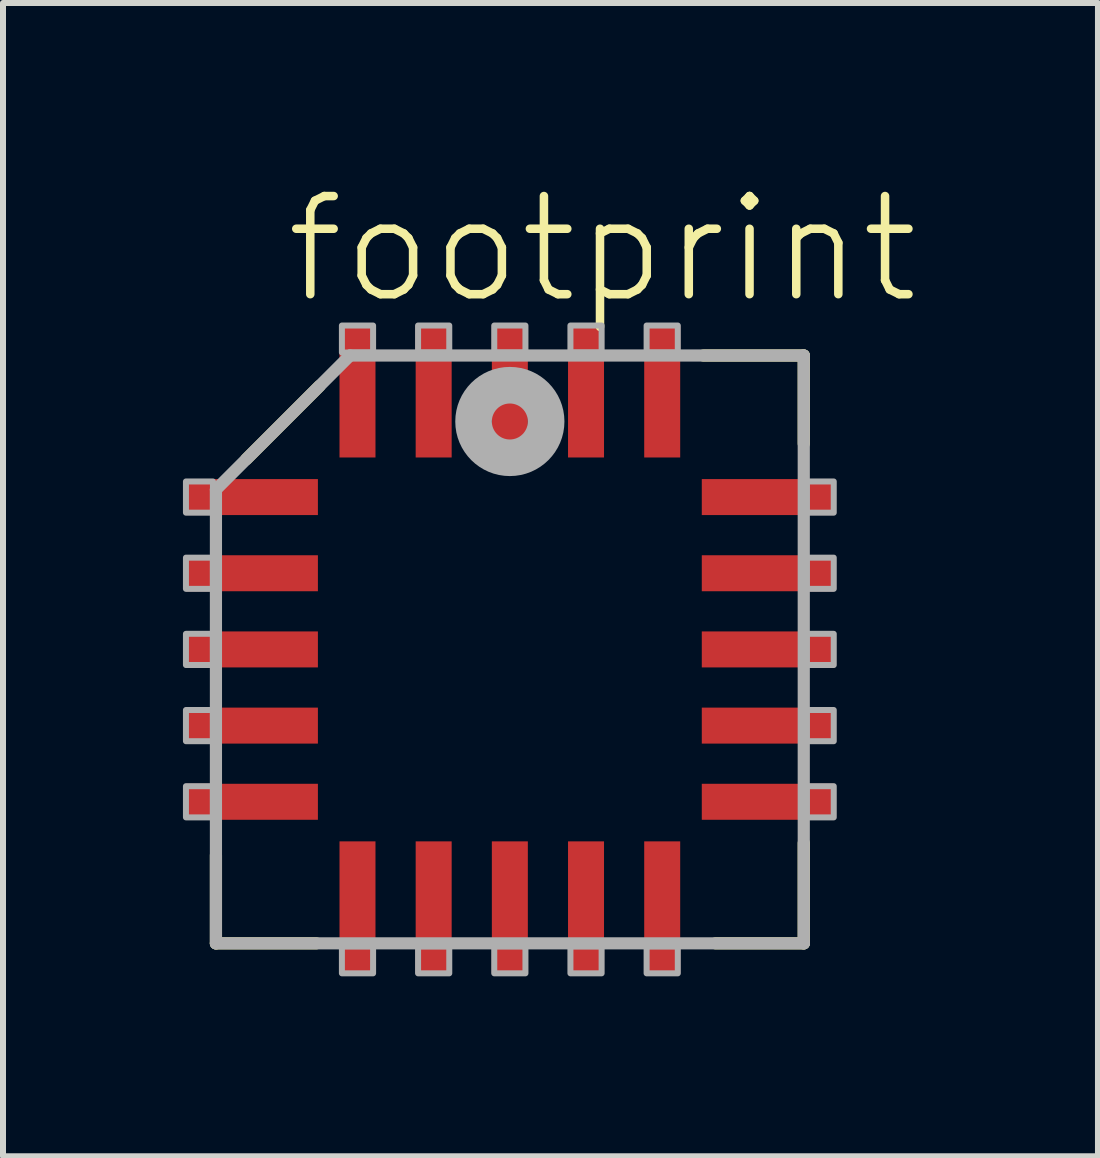
<source format=kicad_pcb>
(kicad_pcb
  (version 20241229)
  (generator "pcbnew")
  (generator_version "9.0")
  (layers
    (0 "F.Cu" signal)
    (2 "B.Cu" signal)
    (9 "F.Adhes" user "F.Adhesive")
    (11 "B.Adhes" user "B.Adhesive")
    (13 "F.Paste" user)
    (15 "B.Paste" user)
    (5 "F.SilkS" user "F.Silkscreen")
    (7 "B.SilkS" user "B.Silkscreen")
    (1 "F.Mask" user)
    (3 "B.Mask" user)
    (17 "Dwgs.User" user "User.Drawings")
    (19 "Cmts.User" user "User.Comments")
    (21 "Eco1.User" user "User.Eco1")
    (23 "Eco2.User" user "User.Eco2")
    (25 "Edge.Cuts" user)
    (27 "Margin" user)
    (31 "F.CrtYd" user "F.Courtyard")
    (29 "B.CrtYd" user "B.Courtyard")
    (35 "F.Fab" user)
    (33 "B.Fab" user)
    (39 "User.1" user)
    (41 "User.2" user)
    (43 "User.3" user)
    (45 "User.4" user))
  (footprint "footprint"
    (layer "F.Cu")
    (at 5.45 7.777)
    (property "Reference" "footprint" (at -3.81 -5.715 0) (layer "F.SilkS") (effects (font (size 1.636 1.636) (thickness 0.142)) (justify left bottom)))
    (fp_line (start -4.9 3.431) (end -4.9 4.9) (stroke (width 0.203) (type solid)) (layer "F.SilkS"))
    (fp_line (start -4.9 4.9) (end -3.228 4.9) (stroke (width 0.203) (type solid)) (layer "F.SilkS"))
    (fp_line (start -3.173 -4.392) (end -4.392 -3.173) (stroke (width 0.203) (type solid)) (layer "F.SilkS"))
    (fp_line (start 3.431 4.9) (end 4.9 4.9) (stroke (width 0.203) (type solid)) (layer "F.SilkS"))
    (fp_line (start 4.9 -4.9) (end 3.228 -4.9) (stroke (width 0.203) (type solid)) (layer "F.SilkS"))
    (fp_line (start 4.9 -3.431) (end 4.9 -4.9) (stroke (width 0.203) (type solid)) (layer "F.SilkS"))
    (fp_line (start 4.9 4.9) (end 4.9 3.228) (stroke (width 0.203) (type solid)) (layer "F.SilkS"))
    (fp_line (start -4.9 -2.665) (end -4.9 4.9) (stroke (width 0.203) (type solid)) (layer "F.Fab"))
    (fp_line (start -4.9 4.9) (end 4.9 4.9) (stroke (width 0.203) (type solid)) (layer "F.Fab"))
    (fp_line (start -2.665 -4.9) (end -4.9 -2.665) (stroke (width 0.203) (type solid)) (layer "F.Fab"))
    (fp_line (start 4.9 -4.9) (end -2.665 -4.9) (stroke (width 0.203) (type solid)) (layer "F.Fab"))
    (fp_line (start 4.9 4.9) (end 4.9 -4.9) (stroke (width 0.203) (type solid)) (layer "F.Fab"))
    (fp_circle (center 0 -3.8) (end 0.3 -3.8) (stroke (width 0.61) (type solid)) (fill no) (layer "F.Fab"))
    (fp_poly (pts (xy -5.4 -2.28) (xy -4.95 -2.28) (xy -4.95 -2.8) (xy -5.4 -2.8)) (stroke (width 0.1) (type solid)) (fill no) (layer "F.Fab"))
    (fp_poly (pts (xy -5.4 -1.01) (xy -4.95 -1.01) (xy -4.95 -1.53) (xy -5.4 -1.53)) (stroke (width 0.1) (type solid)) (fill no) (layer "F.Fab"))
    (fp_poly (pts (xy -5.4 0.26) (xy -4.95 0.26) (xy -4.95 -0.26) (xy -5.4 -0.26)) (stroke (width 0.1) (type solid)) (fill no) (layer "F.Fab"))
    (fp_poly (pts (xy -5.4 1.53) (xy -4.95 1.53) (xy -4.95 1.01) (xy -5.4 1.01)) (stroke (width 0.1) (type solid)) (fill no) (layer "F.Fab"))
    (fp_poly (pts (xy -5.4 2.8) (xy -4.95 2.8) (xy -4.95 2.28) (xy -5.4 2.28)) (stroke (width 0.1) (type solid)) (fill no) (layer "F.Fab"))
    (fp_poly (pts (xy -2.8 -4.95) (xy -2.28 -4.95) (xy -2.28 -5.4) (xy -2.8 -5.4)) (stroke (width 0.1) (type solid)) (fill no) (layer "F.Fab"))
    (fp_poly (pts (xy -2.8 5.4) (xy -2.28 5.4) (xy -2.28 4.95) (xy -2.8 4.95)) (stroke (width 0.1) (type solid)) (fill no) (layer "F.Fab"))
    (fp_poly (pts (xy -1.53 -4.95) (xy -1.01 -4.95) (xy -1.01 -5.4) (xy -1.53 -5.4)) (stroke (width 0.1) (type solid)) (fill no) (layer "F.Fab"))
    (fp_poly (pts (xy -1.53 5.4) (xy -1.01 5.4) (xy -1.01 4.95) (xy -1.53 4.95)) (stroke (width 0.1) (type solid)) (fill no) (layer "F.Fab"))
    (fp_poly (pts (xy -0.26 -4.95) (xy 0.26 -4.95) (xy 0.26 -5.4) (xy -0.26 -5.4)) (stroke (width 0.1) (type solid)) (fill no) (layer "F.Fab"))
    (fp_poly (pts (xy -0.26 5.4) (xy 0.26 5.4) (xy 0.26 4.95) (xy -0.26 4.95)) (stroke (width 0.1) (type solid)) (fill no) (layer "F.Fab"))
    (fp_poly (pts (xy 1.01 -4.95) (xy 1.53 -4.95) (xy 1.53 -5.4) (xy 1.01 -5.4)) (stroke (width 0.1) (type solid)) (fill no) (layer "F.Fab"))
    (fp_poly (pts (xy 1.01 5.4) (xy 1.53 5.4) (xy 1.53 4.95) (xy 1.01 4.95)) (stroke (width 0.1) (type solid)) (fill no) (layer "F.Fab"))
    (fp_poly (pts (xy 2.28 -4.95) (xy 2.8 -4.95) (xy 2.8 -5.4) (xy 2.28 -5.4)) (stroke (width 0.1) (type solid)) (fill no) (layer "F.Fab"))
    (fp_poly (pts (xy 2.28 5.4) (xy 2.8 5.4) (xy 2.8 4.95) (xy 2.28 4.95)) (stroke (width 0.1) (type solid)) (fill no) (layer "F.Fab"))
    (fp_poly (pts (xy 4.95 -2.28) (xy 5.4 -2.28) (xy 5.4 -2.8) (xy 4.95 -2.8)) (stroke (width 0.1) (type solid)) (fill no) (layer "F.Fab"))
    (fp_poly (pts (xy 4.95 -1.01) (xy 5.4 -1.01) (xy 5.4 -1.53) (xy 4.95 -1.53)) (stroke (width 0.1) (type solid)) (fill no) (layer "F.Fab"))
    (fp_poly (pts (xy 4.95 0.26) (xy 5.4 0.26) (xy 5.4 -0.26) (xy 4.95 -0.26)) (stroke (width 0.1) (type solid)) (fill no) (layer "F.Fab"))
    (fp_poly (pts (xy 4.95 1.53) (xy 5.4 1.53) (xy 5.4 1.01) (xy 4.95 1.01)) (stroke (width 0.1) (type solid)) (fill no) (layer "F.Fab"))
    (fp_poly (pts (xy 4.95 2.8) (xy 5.4 2.8) (xy 5.4 2.28) (xy 4.95 2.28)) (stroke (width 0.1) (type solid)) (fill no) (layer "F.Fab"))
    (pad "1" smd rect (at 0 -4.3) (size 0.6 2.2) (layers "F.Cu" "F.Mask" "F.Paste"))
    (pad "2" smd rect (at -1.27 -4.3) (size 0.6 2.2) (layers "F.Cu" "F.Mask" "F.Paste"))
    (pad "3" smd rect (at -2.54 -4.3) (size 0.6 2.2) (layers "F.Cu" "F.Mask" "F.Paste"))
    (pad "4" smd rect (at -4.3 -2.54) (size 2.2 0.6) (layers "F.Cu" "F.Mask" "F.Paste"))
    (pad "5" smd rect (at -4.3 -1.27) (size 2.2 0.6) (layers "F.Cu" "F.Mask" "F.Paste"))
    (pad "6" smd rect (at -4.3 0) (size 2.2 0.6) (layers "F.Cu" "F.Mask" "F.Paste"))
    (pad "7" smd rect (at -4.3 1.27) (size 2.2 0.6) (layers "F.Cu" "F.Mask" "F.Paste"))
    (pad "8" smd rect (at -4.3 2.54) (size 2.2 0.6) (layers "F.Cu" "F.Mask" "F.Paste"))
    (pad "9" smd rect (at -2.54 4.3) (size 0.6 2.2) (layers "F.Cu" "F.Mask" "F.Paste"))
    (pad "10" smd rect (at -1.27 4.3) (size 0.6 2.2) (layers "F.Cu" "F.Mask" "F.Paste"))
    (pad "11" smd rect (at 0 4.3) (size 0.6 2.2) (layers "F.Cu" "F.Mask" "F.Paste"))
    (pad "12" smd rect (at 1.27 4.3) (size 0.6 2.2) (layers "F.Cu" "F.Mask" "F.Paste"))
    (pad "13" smd rect (at 2.54 4.3) (size 0.6 2.2) (layers "F.Cu" "F.Mask" "F.Paste"))
    (pad "14" smd rect (at 4.3 2.54) (size 2.2 0.6) (layers "F.Cu" "F.Mask" "F.Paste"))
    (pad "15" smd rect (at 4.3 1.27) (size 2.2 0.6) (layers "F.Cu" "F.Mask" "F.Paste"))
    (pad "16" smd rect (at 4.3 0) (size 2.2 0.6) (layers "F.Cu" "F.Mask" "F.Paste"))
    (pad "17" smd rect (at 4.3 -1.27) (size 2.2 0.6) (layers "F.Cu" "F.Mask" "F.Paste"))
    (pad "18" smd rect (at 4.3 -2.54) (size 2.2 0.6) (layers "F.Cu" "F.Mask" "F.Paste"))
    (pad "19" smd rect (at 2.54 -4.3) (size 0.6 2.2) (layers "F.Cu" "F.Mask" "F.Paste"))
    (pad "20" smd rect (at 1.27 -4.3) (size 0.6 2.2) (layers "F.Cu" "F.Mask" "F.Paste")))
  (gr_rect
    (start -3 -3)
    (end 15.255 16.227)
    (stroke (width 0.1) (type default))
    (fill no)
    (layer "Edge.Cuts")))
</source>
